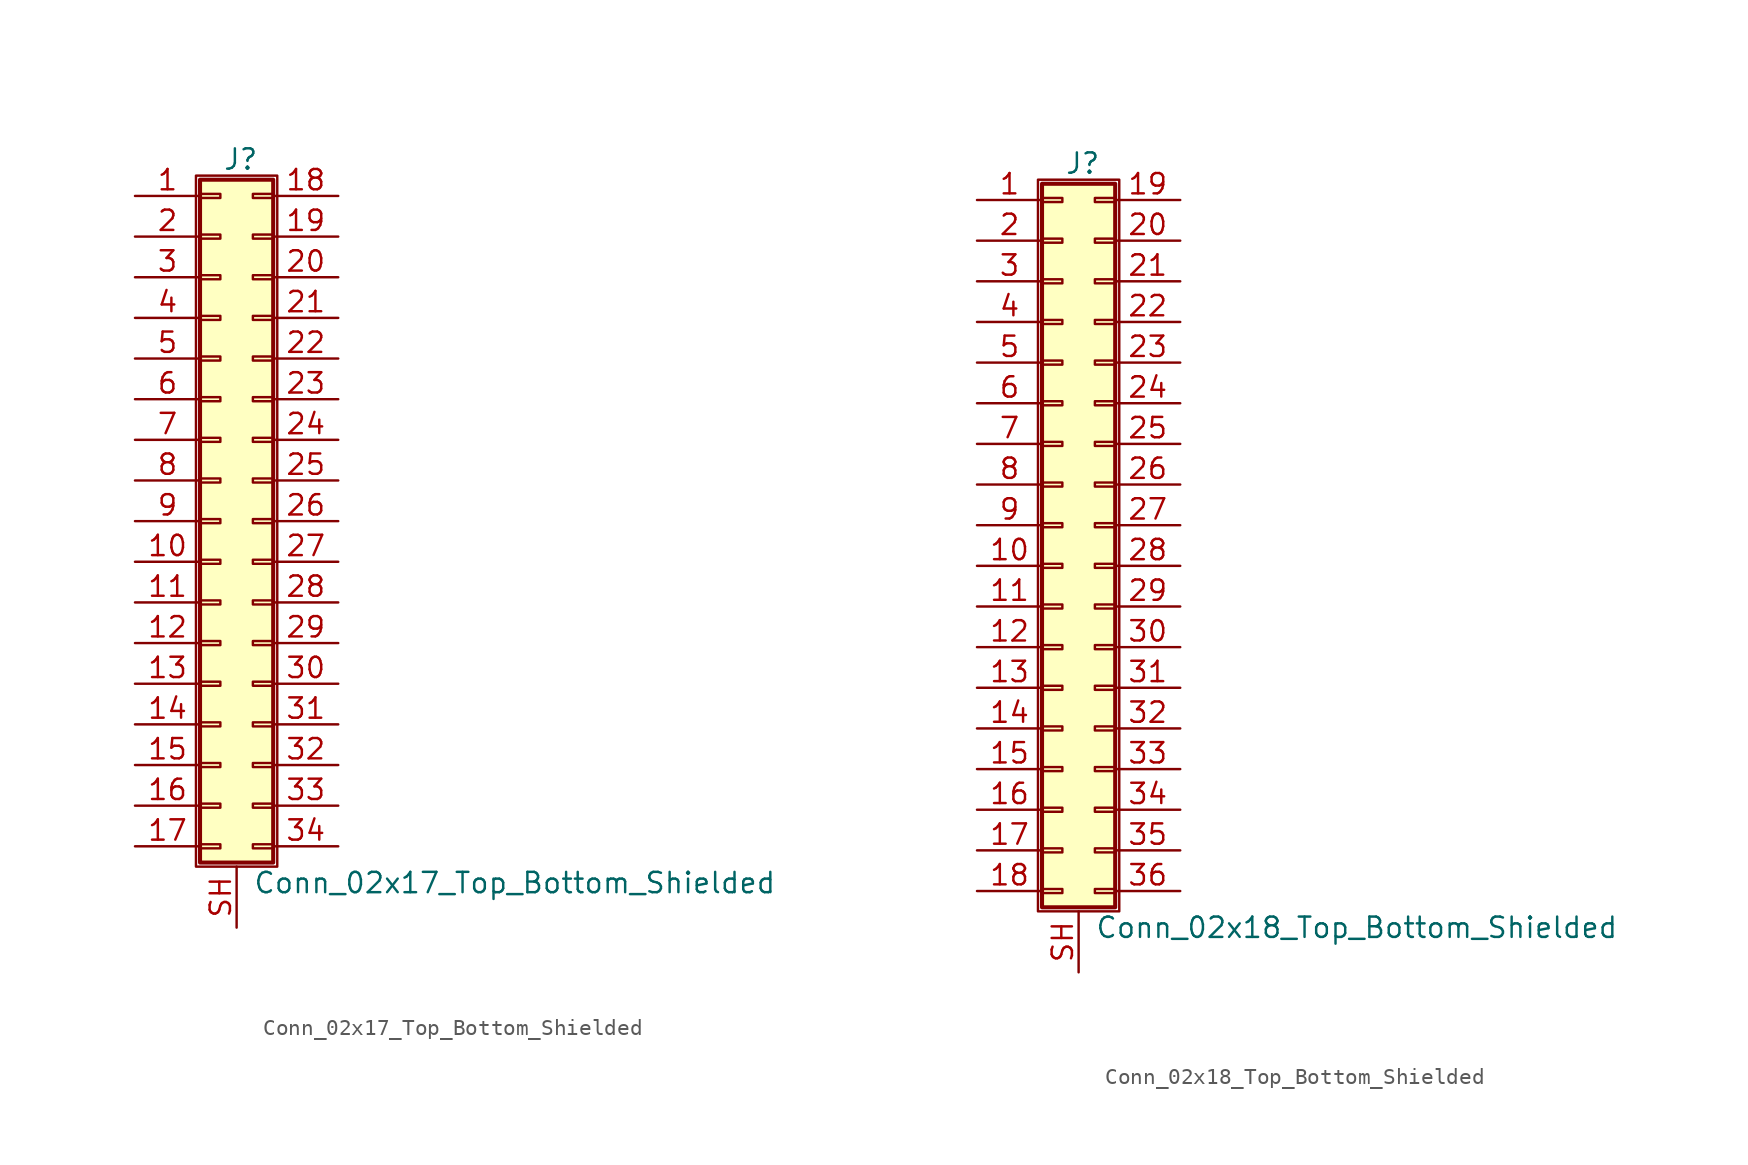
<source format=kicad_sym>
(kicad_symbol_lib
  (version 20201005)
  (generator kicad_symbol_editor)
  (symbol "Conn_02x17_Top_Bottom_Shielded"
    (pin_names
      (offset 1.016) hide)
    (property "Reference" "J"
      (at 1.524 22.606 0)
      (effects (font (size 1.27 1.27))))
    (property "Value" "Conn_02x17_Top_Bottom_Shielded"
      (at 2.286 -22.606 0)
      (effects (font (size 1.27 1.27)) (justify left)))
    (symbol "Conn_02x17_Top_Bottom_Shielded_1_1"
      (rectangle (start -1.27 21.59) (end 3.81 -21.59) (stroke (width 0.152)) (fill (type none)))
      (rectangle (start -1.016 -20.193) (end 0.254 -20.447) (stroke (width 0.152)) (fill (type none)))
      (rectangle (start -1.016 -17.653) (end 0.254 -17.907) (stroke (width 0.152)) (fill (type none)))
      (rectangle (start -1.016 -15.113) (end 0.254 -15.367) (stroke (width 0.152)) (fill (type none)))
      (rectangle (start -1.016 -12.573) (end 0.254 -12.827) (stroke (width 0.152)) (fill (type none)))
      (rectangle (start -1.016 -10.033) (end 0.254 -10.287) (stroke (width 0.152)) (fill (type none)))
      (rectangle (start -1.016 -7.493) (end 0.254 -7.747) (stroke (width 0.152)) (fill (type none)))
      (rectangle (start -1.016 -4.953) (end 0.254 -5.207) (stroke (width 0.152)) (fill (type none)))
      (rectangle (start -1.016 -2.413) (end 0.254 -2.667) (stroke (width 0.152)) (fill (type none)))
      (rectangle (start -1.016 0.127) (end 0.254 -0.127) (stroke (width 0.152)) (fill (type none)))
      (rectangle (start -1.016 2.667) (end 0.254 2.413) (stroke (width 0.152)) (fill (type none)))
      (rectangle (start -1.016 5.207) (end 0.254 4.953) (stroke (width 0.152)) (fill (type none)))
      (rectangle (start -1.016 7.747) (end 0.254 7.493) (stroke (width 0.152)) (fill (type none)))
      (rectangle (start -1.016 10.287) (end 0.254 10.033) (stroke (width 0.152)) (fill (type none)))
      (rectangle (start -1.016 12.827) (end 0.254 12.573) (stroke (width 0.152)) (fill (type none)))
      (rectangle (start -1.016 15.367) (end 0.254 15.113) (stroke (width 0.152)) (fill (type none)))
      (rectangle (start -1.016 17.907) (end 0.254 17.653) (stroke (width 0.152)) (fill (type none)))
      (rectangle (start -1.016 20.447) (end 0.254 20.193) (stroke (width 0.152)) (fill (type none)))
      (rectangle (start 3.556 -20.193) (end 2.286 -20.447) (stroke (width 0.152)) (fill (type none)))
      (rectangle (start 3.556 -17.653) (end 2.286 -17.907) (stroke (width 0.152)) (fill (type none)))
      (rectangle (start 3.556 -15.113) (end 2.286 -15.367) (stroke (width 0.152)) (fill (type none)))
      (rectangle (start 3.556 -12.573) (end 2.286 -12.827) (stroke (width 0.152)) (fill (type none)))
      (rectangle (start 3.556 -10.033) (end 2.286 -10.287) (stroke (width 0.152)) (fill (type none)))
      (rectangle (start 3.556 -7.493) (end 2.286 -7.747) (stroke (width 0.152)) (fill (type none)))
      (rectangle (start 3.556 -4.953) (end 2.286 -5.207) (stroke (width 0.152)) (fill (type none)))
      (rectangle (start 3.556 -2.413) (end 2.286 -2.667) (stroke (width 0.152)) (fill (type none)))
      (rectangle (start 3.556 0.127) (end 2.286 -0.127) (stroke (width 0.152)) (fill (type none)))
      (rectangle (start 3.556 2.667) (end 2.286 2.413) (stroke (width 0.152)) (fill (type none)))
      (rectangle (start 3.556 5.207) (end 2.286 4.953) (stroke (width 0.152)) (fill (type none)))
      (rectangle (start 3.556 7.747) (end 2.286 7.493) (stroke (width 0.152)) (fill (type none)))
      (rectangle (start 3.556 10.287) (end 2.286 10.033) (stroke (width 0.152)) (fill (type none)))
      (rectangle (start 3.556 12.827) (end 2.286 12.573) (stroke (width 0.152)) (fill (type none)))
      (rectangle (start 3.556 15.367) (end 2.286 15.113) (stroke (width 0.152)) (fill (type none)))
      (rectangle (start 3.556 17.907) (end 2.286 17.653) (stroke (width 0.152)) (fill (type none)))
      (rectangle (start 3.556 20.447) (end 2.286 20.193) (stroke (width 0.152)) (fill (type none)))
      (rectangle (start -1.016 21.336) (end 3.556 -21.336) (stroke (width 0.254)) (fill (type background)))
      (pin passive line (at -5.08 20.32 0) (length 4.064) (name "Pin_1" (effects (font (size 1.27 1.27)))) (number "1" (effects (font (size 1.27 1.27)))))
      (pin passive line (at -5.08 -2.54 0) (length 4.064) (name "Pin_10" (effects (font (size 1.27 1.27)))) (number "10" (effects (font (size 1.27 1.27)))))
      (pin passive line (at -5.08 -5.08 0) (length 4.064) (name "Pin_11" (effects (font (size 1.27 1.27)))) (number "11" (effects (font (size 1.27 1.27)))))
      (pin passive line (at -5.08 -7.62 0) (length 4.064) (name "Pin_12" (effects (font (size 1.27 1.27)))) (number "12" (effects (font (size 1.27 1.27)))))
      (pin passive line (at -5.08 -10.16 0) (length 4.064) (name "Pin_13" (effects (font (size 1.27 1.27)))) (number "13" (effects (font (size 1.27 1.27)))))
      (pin passive line (at -5.08 -12.7 0) (length 4.064) (name "Pin_14" (effects (font (size 1.27 1.27)))) (number "14" (effects (font (size 1.27 1.27)))))
      (pin passive line (at -5.08 -15.24 0) (length 4.064) (name "Pin_15" (effects (font (size 1.27 1.27)))) (number "15" (effects (font (size 1.27 1.27)))))
      (pin passive line (at -5.08 -17.78 0) (length 4.064) (name "Pin_16" (effects (font (size 1.27 1.27)))) (number "16" (effects (font (size 1.27 1.27)))))
      (pin passive line (at -5.08 -20.32 0) (length 4.064) (name "Pin_17" (effects (font (size 1.27 1.27)))) (number "17" (effects (font (size 1.27 1.27)))))
      (pin passive line (at 7.62 20.32 180) (length 4.064) (name "Pin_18" (effects (font (size 1.27 1.27)))) (number "18" (effects (font (size 1.27 1.27)))))
      (pin passive line (at 7.62 17.78 180) (length 4.064) (name "Pin_19" (effects (font (size 1.27 1.27)))) (number "19" (effects (font (size 1.27 1.27)))))
      (pin passive line (at -5.08 17.78 0) (length 4.064) (name "Pin_2" (effects (font (size 1.27 1.27)))) (number "2" (effects (font (size 1.27 1.27)))))
      (pin passive line (at 7.62 15.24 180) (length 4.064) (name "Pin_20" (effects (font (size 1.27 1.27)))) (number "20" (effects (font (size 1.27 1.27)))))
      (pin passive line (at 7.62 12.7 180) (length 4.064) (name "Pin_21" (effects (font (size 1.27 1.27)))) (number "21" (effects (font (size 1.27 1.27)))))
      (pin passive line (at 7.62 10.16 180) (length 4.064) (name "Pin_22" (effects (font (size 1.27 1.27)))) (number "22" (effects (font (size 1.27 1.27)))))
      (pin passive line (at 7.62 7.62 180) (length 4.064) (name "Pin_23" (effects (font (size 1.27 1.27)))) (number "23" (effects (font (size 1.27 1.27)))))
      (pin passive line (at 7.62 5.08 180) (length 4.064) (name "Pin_24" (effects (font (size 1.27 1.27)))) (number "24" (effects (font (size 1.27 1.27)))))
      (pin passive line (at 7.62 2.54 180) (length 4.064) (name "Pin_25" (effects (font (size 1.27 1.27)))) (number "25" (effects (font (size 1.27 1.27)))))
      (pin passive line (at 7.62 0 180) (length 4.064) (name "Pin_26" (effects (font (size 1.27 1.27)))) (number "26" (effects (font (size 1.27 1.27)))))
      (pin passive line (at 7.62 -2.54 180) (length 4.064) (name "Pin_27" (effects (font (size 1.27 1.27)))) (number "27" (effects (font (size 1.27 1.27)))))
      (pin passive line (at 7.62 -5.08 180) (length 4.064) (name "Pin_28" (effects (font (size 1.27 1.27)))) (number "28" (effects (font (size 1.27 1.27)))))
      (pin passive line (at 7.62 -7.62 180) (length 4.064) (name "Pin_29" (effects (font (size 1.27 1.27)))) (number "29" (effects (font (size 1.27 1.27)))))
      (pin passive line (at -5.08 15.24 0) (length 4.064) (name "Pin_3" (effects (font (size 1.27 1.27)))) (number "3" (effects (font (size 1.27 1.27)))))
      (pin passive line (at 7.62 -10.16 180) (length 4.064) (name "Pin_30" (effects (font (size 1.27 1.27)))) (number "30" (effects (font (size 1.27 1.27)))))
      (pin passive line (at 7.62 -12.7 180) (length 4.064) (name "Pin_31" (effects (font (size 1.27 1.27)))) (number "31" (effects (font (size 1.27 1.27)))))
      (pin passive line (at 7.62 -15.24 180) (length 4.064) (name "Pin_32" (effects (font (size 1.27 1.27)))) (number "32" (effects (font (size 1.27 1.27)))))
      (pin passive line (at 7.62 -17.78 180) (length 4.064) (name "Pin_33" (effects (font (size 1.27 1.27)))) (number "33" (effects (font (size 1.27 1.27)))))
      (pin passive line (at 7.62 -20.32 180) (length 4.064) (name "Pin_34" (effects (font (size 1.27 1.27)))) (number "34" (effects (font (size 1.27 1.27)))))
      (pin passive line (at -5.08 12.7 0) (length 4.064) (name "Pin_4" (effects (font (size 1.27 1.27)))) (number "4" (effects (font (size 1.27 1.27)))))
      (pin passive line (at -5.08 10.16 0) (length 4.064) (name "Pin_5" (effects (font (size 1.27 1.27)))) (number "5" (effects (font (size 1.27 1.27)))))
      (pin passive line (at -5.08 7.62 0) (length 4.064) (name "Pin_6" (effects (font (size 1.27 1.27)))) (number "6" (effects (font (size 1.27 1.27)))))
      (pin passive line (at -5.08 5.08 0) (length 4.064) (name "Pin_7" (effects (font (size 1.27 1.27)))) (number "7" (effects (font (size 1.27 1.27)))))
      (pin passive line (at -5.08 2.54 0) (length 4.064) (name "Pin_8" (effects (font (size 1.27 1.27)))) (number "8" (effects (font (size 1.27 1.27)))))
      (pin passive line (at -5.08 0 0) (length 4.064) (name "Pin_9" (effects (font (size 1.27 1.27)))) (number "9" (effects (font (size 1.27 1.27)))))
      (pin passive line (at 1.27 -25.4 90) (length 3.81) (name "Shield" (effects (font (size 1.27 1.27)))) (number "SH" (effects (font (size 1.27 1.27)))))))
  (symbol "Conn_02x18_Top_Bottom_Shielded"
    (pin_names
      (offset 1.016) hide)
    (property "Reference" "J"
      (at 1.524 22.606 0)
      (effects (font (size 1.27 1.27))))
    (property "Value" "Conn_02x18_Top_Bottom_Shielded"
      (at 2.286 -25.146 0)
      (effects (font (size 1.27 1.27)) (justify left)))
    (symbol "Conn_02x18_Top_Bottom_Shielded_1_1"
      (rectangle (start -1.27 21.59) (end 3.81 -24.13) (stroke (width 0.152)) (fill (type none)))
      (rectangle (start -1.016 -22.733) (end 0.254 -22.987) (stroke (width 0.152)) (fill (type none)))
      (rectangle (start -1.016 -20.193) (end 0.254 -20.447) (stroke (width 0.152)) (fill (type none)))
      (rectangle (start -1.016 -17.653) (end 0.254 -17.907) (stroke (width 0.152)) (fill (type none)))
      (rectangle (start -1.016 -15.113) (end 0.254 -15.367) (stroke (width 0.152)) (fill (type none)))
      (rectangle (start -1.016 -12.573) (end 0.254 -12.827) (stroke (width 0.152)) (fill (type none)))
      (rectangle (start -1.016 -10.033) (end 0.254 -10.287) (stroke (width 0.152)) (fill (type none)))
      (rectangle (start -1.016 -7.493) (end 0.254 -7.747) (stroke (width 0.152)) (fill (type none)))
      (rectangle (start -1.016 -4.953) (end 0.254 -5.207) (stroke (width 0.152)) (fill (type none)))
      (rectangle (start -1.016 -2.413) (end 0.254 -2.667) (stroke (width 0.152)) (fill (type none)))
      (rectangle (start -1.016 0.127) (end 0.254 -0.127) (stroke (width 0.152)) (fill (type none)))
      (rectangle (start -1.016 2.667) (end 0.254 2.413) (stroke (width 0.152)) (fill (type none)))
      (rectangle (start -1.016 5.207) (end 0.254 4.953) (stroke (width 0.152)) (fill (type none)))
      (rectangle (start -1.016 7.747) (end 0.254 7.493) (stroke (width 0.152)) (fill (type none)))
      (rectangle (start -1.016 10.287) (end 0.254 10.033) (stroke (width 0.152)) (fill (type none)))
      (rectangle (start -1.016 12.827) (end 0.254 12.573) (stroke (width 0.152)) (fill (type none)))
      (rectangle (start -1.016 15.367) (end 0.254 15.113) (stroke (width 0.152)) (fill (type none)))
      (rectangle (start -1.016 17.907) (end 0.254 17.653) (stroke (width 0.152)) (fill (type none)))
      (rectangle (start -1.016 20.447) (end 0.254 20.193) (stroke (width 0.152)) (fill (type none)))
      (rectangle (start 3.556 -22.733) (end 2.286 -22.987) (stroke (width 0.152)) (fill (type none)))
      (rectangle (start 3.556 -20.193) (end 2.286 -20.447) (stroke (width 0.152)) (fill (type none)))
      (rectangle (start 3.556 -17.653) (end 2.286 -17.907) (stroke (width 0.152)) (fill (type none)))
      (rectangle (start 3.556 -15.113) (end 2.286 -15.367) (stroke (width 0.152)) (fill (type none)))
      (rectangle (start 3.556 -12.573) (end 2.286 -12.827) (stroke (width 0.152)) (fill (type none)))
      (rectangle (start 3.556 -10.033) (end 2.286 -10.287) (stroke (width 0.152)) (fill (type none)))
      (rectangle (start 3.556 -7.493) (end 2.286 -7.747) (stroke (width 0.152)) (fill (type none)))
      (rectangle (start 3.556 -4.953) (end 2.286 -5.207) (stroke (width 0.152)) (fill (type none)))
      (rectangle (start 3.556 -2.413) (end 2.286 -2.667) (stroke (width 0.152)) (fill (type none)))
      (rectangle (start 3.556 0.127) (end 2.286 -0.127) (stroke (width 0.152)) (fill (type none)))
      (rectangle (start 3.556 2.667) (end 2.286 2.413) (stroke (width 0.152)) (fill (type none)))
      (rectangle (start 3.556 5.207) (end 2.286 4.953) (stroke (width 0.152)) (fill (type none)))
      (rectangle (start 3.556 7.747) (end 2.286 7.493) (stroke (width 0.152)) (fill (type none)))
      (rectangle (start 3.556 10.287) (end 2.286 10.033) (stroke (width 0.152)) (fill (type none)))
      (rectangle (start 3.556 12.827) (end 2.286 12.573) (stroke (width 0.152)) (fill (type none)))
      (rectangle (start 3.556 15.367) (end 2.286 15.113) (stroke (width 0.152)) (fill (type none)))
      (rectangle (start 3.556 17.907) (end 2.286 17.653) (stroke (width 0.152)) (fill (type none)))
      (rectangle (start 3.556 20.447) (end 2.286 20.193) (stroke (width 0.152)) (fill (type none)))
      (rectangle (start -1.016 21.336) (end 3.556 -23.876) (stroke (width 0.254)) (fill (type background)))
      (pin passive line (at -5.08 20.32 0) (length 4.064) (name "Pin_1" (effects (font (size 1.27 1.27)))) (number "1" (effects (font (size 1.27 1.27)))))
      (pin passive line (at -5.08 -2.54 0) (length 4.064) (name "Pin_10" (effects (font (size 1.27 1.27)))) (number "10" (effects (font (size 1.27 1.27)))))
      (pin passive line (at -5.08 -5.08 0) (length 4.064) (name "Pin_11" (effects (font (size 1.27 1.27)))) (number "11" (effects (font (size 1.27 1.27)))))
      (pin passive line (at -5.08 -7.62 0) (length 4.064) (name "Pin_12" (effects (font (size 1.27 1.27)))) (number "12" (effects (font (size 1.27 1.27)))))
      (pin passive line (at -5.08 -10.16 0) (length 4.064) (name "Pin_13" (effects (font (size 1.27 1.27)))) (number "13" (effects (font (size 1.27 1.27)))))
      (pin passive line (at -5.08 -12.7 0) (length 4.064) (name "Pin_14" (effects (font (size 1.27 1.27)))) (number "14" (effects (font (size 1.27 1.27)))))
      (pin passive line (at -5.08 -15.24 0) (length 4.064) (name "Pin_15" (effects (font (size 1.27 1.27)))) (number "15" (effects (font (size 1.27 1.27)))))
      (pin passive line (at -5.08 -17.78 0) (length 4.064) (name "Pin_16" (effects (font (size 1.27 1.27)))) (number "16" (effects (font (size 1.27 1.27)))))
      (pin passive line (at -5.08 -20.32 0) (length 4.064) (name "Pin_17" (effects (font (size 1.27 1.27)))) (number "17" (effects (font (size 1.27 1.27)))))
      (pin passive line (at -5.08 -22.86 0) (length 4.064) (name "Pin_18" (effects (font (size 1.27 1.27)))) (number "18" (effects (font (size 1.27 1.27)))))
      (pin passive line (at 7.62 20.32 180) (length 4.064) (name "Pin_19" (effects (font (size 1.27 1.27)))) (number "19" (effects (font (size 1.27 1.27)))))
      (pin passive line (at -5.08 17.78 0) (length 4.064) (name "Pin_2" (effects (font (size 1.27 1.27)))) (number "2" (effects (font (size 1.27 1.27)))))
      (pin passive line (at 7.62 17.78 180) (length 4.064) (name "Pin_20" (effects (font (size 1.27 1.27)))) (number "20" (effects (font (size 1.27 1.27)))))
      (pin passive line (at 7.62 15.24 180) (length 4.064) (name "Pin_21" (effects (font (size 1.27 1.27)))) (number "21" (effects (font (size 1.27 1.27)))))
      (pin passive line (at 7.62 12.7 180) (length 4.064) (name "Pin_22" (effects (font (size 1.27 1.27)))) (number "22" (effects (font (size 1.27 1.27)))))
      (pin passive line (at 7.62 10.16 180) (length 4.064) (name "Pin_23" (effects (font (size 1.27 1.27)))) (number "23" (effects (font (size 1.27 1.27)))))
      (pin passive line (at 7.62 7.62 180) (length 4.064) (name "Pin_24" (effects (font (size 1.27 1.27)))) (number "24" (effects (font (size 1.27 1.27)))))
      (pin passive line (at 7.62 5.08 180) (length 4.064) (name "Pin_25" (effects (font (size 1.27 1.27)))) (number "25" (effects (font (size 1.27 1.27)))))
      (pin passive line (at 7.62 2.54 180) (length 4.064) (name "Pin_26" (effects (font (size 1.27 1.27)))) (number "26" (effects (font (size 1.27 1.27)))))
      (pin passive line (at 7.62 0 180) (length 4.064) (name "Pin_27" (effects (font (size 1.27 1.27)))) (number "27" (effects (font (size 1.27 1.27)))))
      (pin passive line (at 7.62 -2.54 180) (length 4.064) (name "Pin_28" (effects (font (size 1.27 1.27)))) (number "28" (effects (font (size 1.27 1.27)))))
      (pin passive line (at 7.62 -5.08 180) (length 4.064) (name "Pin_29" (effects (font (size 1.27 1.27)))) (number "29" (effects (font (size 1.27 1.27)))))
      (pin passive line (at -5.08 15.24 0) (length 4.064) (name "Pin_3" (effects (font (size 1.27 1.27)))) (number "3" (effects (font (size 1.27 1.27)))))
      (pin passive line (at 7.62 -7.62 180) (length 4.064) (name "Pin_30" (effects (font (size 1.27 1.27)))) (number "30" (effects (font (size 1.27 1.27)))))
      (pin passive line (at 7.62 -10.16 180) (length 4.064) (name "Pin_31" (effects (font (size 1.27 1.27)))) (number "31" (effects (font (size 1.27 1.27)))))
      (pin passive line (at 7.62 -12.7 180) (length 4.064) (name "Pin_32" (effects (font (size 1.27 1.27)))) (number "32" (effects (font (size 1.27 1.27)))))
      (pin passive line (at 7.62 -15.24 180) (length 4.064) (name "Pin_33" (effects (font (size 1.27 1.27)))) (number "33" (effects (font (size 1.27 1.27)))))
      (pin passive line (at 7.62 -17.78 180) (length 4.064) (name "Pin_34" (effects (font (size 1.27 1.27)))) (number "34" (effects (font (size 1.27 1.27)))))
      (pin passive line (at 7.62 -20.32 180) (length 4.064) (name "Pin_35" (effects (font (size 1.27 1.27)))) (number "35" (effects (font (size 1.27 1.27)))))
      (pin passive line (at 7.62 -22.86 180) (length 4.064) (name "Pin_36" (effects (font (size 1.27 1.27)))) (number "36" (effects (font (size 1.27 1.27)))))
      (pin passive line (at -5.08 12.7 0) (length 4.064) (name "Pin_4" (effects (font (size 1.27 1.27)))) (number "4" (effects (font (size 1.27 1.27)))))
      (pin passive line (at -5.08 10.16 0) (length 4.064) (name "Pin_5" (effects (font (size 1.27 1.27)))) (number "5" (effects (font (size 1.27 1.27)))))
      (pin passive line (at -5.08 7.62 0) (length 4.064) (name "Pin_6" (effects (font (size 1.27 1.27)))) (number "6" (effects (font (size 1.27 1.27)))))
      (pin passive line (at -5.08 5.08 0) (length 4.064) (name "Pin_7" (effects (font (size 1.27 1.27)))) (number "7" (effects (font (size 1.27 1.27)))))
      (pin passive line (at -5.08 2.54 0) (length 4.064) (name "Pin_8" (effects (font (size 1.27 1.27)))) (number "8" (effects (font (size 1.27 1.27)))))
      (pin passive line (at -5.08 0 0) (length 4.064) (name "Pin_9" (effects (font (size 1.27 1.27)))) (number "9" (effects (font (size 1.27 1.27)))))
      (pin passive line (at 1.27 -27.94 90) (length 3.81) (name "Shield" (effects (font (size 1.27 1.27)))) (number "SH" (effects (font (size 1.27 1.27))))))))
</source>
